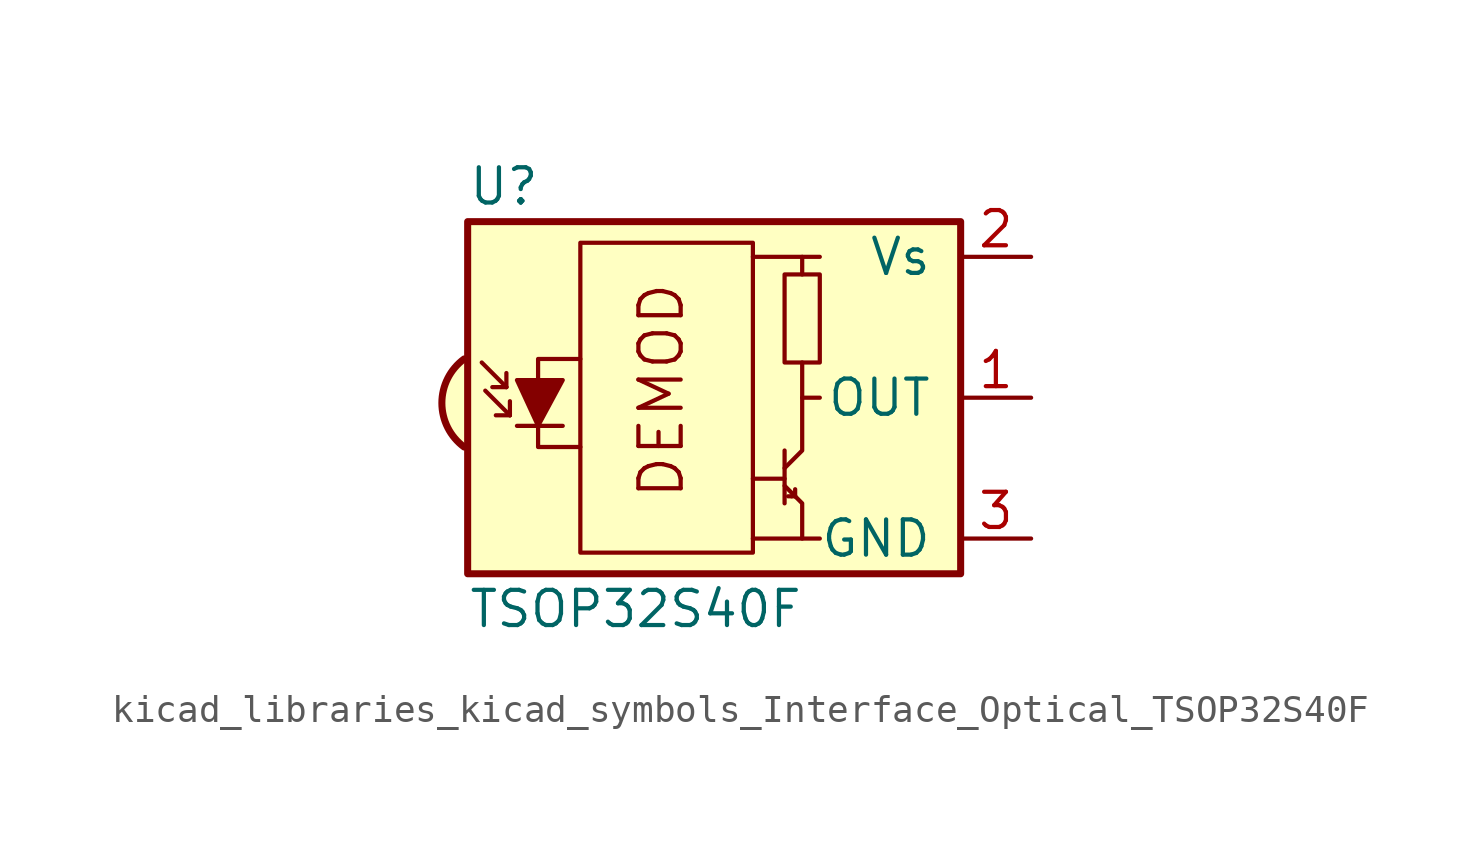
<source format=kicad_sym>
(kicad_symbol_lib
  (version 20220914)
  (generator kicad_symbol_editor)
  (symbol "kicad_libraries_kicad_symbols_Interface_Optical_TSOP32S40F"
    (pin_names
      (offset 1.016))
    (property "Reference" "U"
      (at -10.16 7.62 0)
      (effects (font (size 1.27 1.27)) (justify left)))
    (property "Value" "TSOP32S40F"
      (at -10.16 -7.62 0)
      (effects (font (size 1.27 1.27)) (justify left)))
    (symbol "kicad_libraries_kicad_symbols_Interface_Optical_TSOP32S40F_0_0"
      (arc (start -10.287 1.397) (mid -11.0899 -0.1852) (end -10.287 -1.778) (stroke (width 0.254) (type default)) (fill (type background)))
      (polyline (pts (xy 1.905 -5.08) (xy 0.127 -5.08)) (stroke (width 0) (type default)) (fill (type none)))
      (polyline (pts (xy 1.905 5.08) (xy 0.127 5.08)) (stroke (width 0) (type default)) (fill (type none)))
      (text "DEMOD" (at -3.175 0.254 900) (effects (font (size 1.524 1.524)))))
    (symbol "kicad_libraries_kicad_symbols_Interface_Optical_TSOP32S40F_0_1"
      (rectangle (start -6.096 5.588) (end 0.127 -5.588) (stroke (width 0) (type default)) (fill (type none)))
      (polyline (pts (xy -8.763 0.381) (xy -9.652 1.27)) (stroke (width 0) (type default)) (fill (type none)))
      (polyline (pts (xy -8.763 0.381) (xy -9.271 0.381)) (stroke (width 0) (type default)) (fill (type none)))
      (polyline (pts (xy -8.763 0.381) (xy -8.763 0.889)) (stroke (width 0) (type default)) (fill (type none)))
      (polyline (pts (xy -8.636 -0.635) (xy -9.525 0.254)) (stroke (width 0) (type default)) (fill (type none)))
      (polyline (pts (xy -8.636 -0.635) (xy -9.144 -0.635)) (stroke (width 0) (type default)) (fill (type none)))
      (polyline (pts (xy -8.636 -0.635) (xy -8.636 -0.127)) (stroke (width 0) (type default)) (fill (type none)))
      (polyline (pts (xy -8.382 -1.016) (xy -6.731 -1.016)) (stroke (width 0) (type default)) (fill (type none)))
      (polyline (pts (xy 1.27 -2.921) (xy 0.127 -2.921)) (stroke (width 0) (type default)) (fill (type none)))
      (polyline (pts (xy 1.27 -1.905) (xy 1.27 -3.81)) (stroke (width 0) (type default)) (fill (type none)))
      (polyline (pts (xy 1.397 -3.556) (xy 1.524 -3.556)) (stroke (width 0) (type default)) (fill (type none)))
      (polyline (pts (xy 1.651 -3.556) (xy 1.524 -3.556)) (stroke (width 0) (type default)) (fill (type none)))
      (polyline (pts (xy 1.651 -3.556) (xy 1.651 -3.302)) (stroke (width 0) (type default)) (fill (type none)))
      (polyline (pts (xy 1.905 0) (xy 1.905 1.27)) (stroke (width 0) (type default)) (fill (type none)))
      (polyline (pts (xy 1.905 4.445) (xy 1.905 5.08) (xy 2.54 5.08)) (stroke (width 0) (type default)) (fill (type none)))
      (polyline (pts (xy -8.382 0.635) (xy -6.731 0.635) (xy -7.62 -1.016) (xy -8.382 0.635)) (stroke (width 0) (type default)) (fill (type outline)))
      (polyline (pts (xy -6.096 1.397) (xy -7.62 1.397) (xy -7.62 -1.778) (xy -6.096 -1.778)) (stroke (width 0) (type default)) (fill (type none)))
      (polyline (pts (xy 1.27 -3.175) (xy 1.905 -3.81) (xy 1.905 -5.08) (xy 2.54 -5.08)) (stroke (width 0) (type default)) (fill (type none)))
      (polyline (pts (xy 1.27 -2.54) (xy 1.905 -1.905) (xy 1.905 0) (xy 2.54 0)) (stroke (width 0) (type default)) (fill (type none)))
      (rectangle (start 2.54 1.27) (end 1.27 4.445) (stroke (width 0) (type default)) (fill (type none)))
      (rectangle (start 7.62 6.35) (end -10.16 -6.35) (stroke (width 0.254) (type default)) (fill (type background))))
    (symbol "kicad_libraries_kicad_symbols_Interface_Optical_TSOP32S40F_1_1"
      (pin output line (at 10.16 0 180) (length 2.54) (name "OUT" (effects (font (size 1.27 1.27)))) (number "1" (effects (font (size 1.27 1.27)))))
      (pin power_in line (at 10.16 5.08 180) (length 2.54) (name "Vs" (effects (font (size 1.27 1.27)))) (number "2" (effects (font (size 1.27 1.27)))))
      (pin power_in line (at 10.16 -5.08 180) (length 2.54) (name "GND" (effects (font (size 1.27 1.27)))) (number "3" (effects (font (size 1.27 1.27))))))))
</source>
